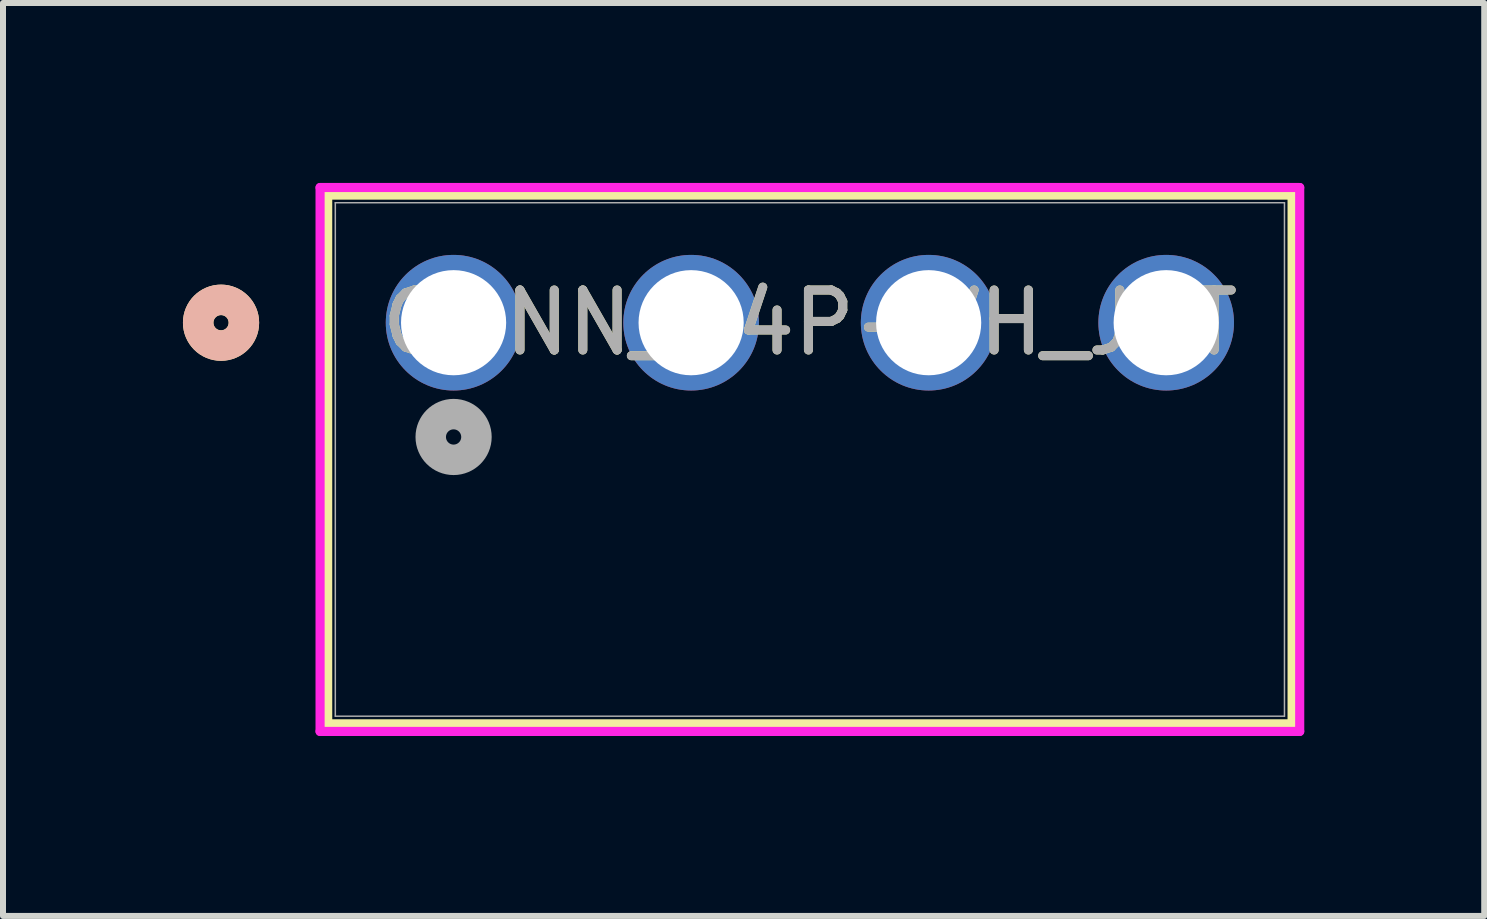
<source format=kicad_pcb>
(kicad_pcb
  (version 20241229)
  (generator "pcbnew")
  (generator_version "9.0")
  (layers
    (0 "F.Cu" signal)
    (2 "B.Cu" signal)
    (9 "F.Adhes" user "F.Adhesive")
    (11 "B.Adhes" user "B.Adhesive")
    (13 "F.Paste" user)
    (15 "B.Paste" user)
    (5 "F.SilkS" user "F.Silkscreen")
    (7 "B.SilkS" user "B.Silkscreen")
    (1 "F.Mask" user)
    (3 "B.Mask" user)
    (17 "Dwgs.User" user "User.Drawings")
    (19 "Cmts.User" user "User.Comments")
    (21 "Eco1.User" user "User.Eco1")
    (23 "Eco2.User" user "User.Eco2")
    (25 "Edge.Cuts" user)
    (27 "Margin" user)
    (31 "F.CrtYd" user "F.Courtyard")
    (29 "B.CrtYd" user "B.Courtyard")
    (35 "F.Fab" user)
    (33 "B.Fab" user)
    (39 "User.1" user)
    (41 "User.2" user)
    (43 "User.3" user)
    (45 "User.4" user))
  (footprint "CONN_B4P-VH_JST"
    (layer "F.Cu")
    (at 4.512 2.33)
    (property "Reference" "CONN_B4P-VH_JST" (at 5.94 0 0) (unlocked yes) (layer "F.SilkS") (effects (font (size 1 1) (thickness 0.15))))
    (attr through_hole)
    (fp_line (start -2.099 -2.127) (end -2.099 6.687) (stroke (width 0.152) (type solid)) (layer "F.SilkS"))
    (fp_line (start -2.099 6.687) (end 13.979 6.687) (stroke (width 0.152) (type solid)) (layer "F.SilkS"))
    (fp_line (start 13.979 -2.127) (end -2.099 -2.127) (stroke (width 0.152) (type solid)) (layer "F.SilkS"))
    (fp_line (start 13.979 6.687) (end 13.979 -2.127) (stroke (width 0.152) (type solid)) (layer "F.SilkS"))
    (fp_circle (center -3.877 0) (end -3.496 0) (stroke (width 0.508) (type solid)) (fill no) (layer "F.SilkS"))
    (fp_circle (center -3.877 0) (end -3.496 0) (stroke (width 0.508) (type solid)) (fill no) (layer "B.SilkS"))
    (fp_line (start -2.226 -2.254) (end -2.226 6.814) (stroke (width 0.152) (type solid)) (layer "F.CrtYd"))
    (fp_line (start -2.226 6.814) (end 14.106 6.814) (stroke (width 0.152) (type solid)) (layer "F.CrtYd"))
    (fp_line (start 14.106 -2.254) (end -2.226 -2.254) (stroke (width 0.152) (type solid)) (layer "F.CrtYd"))
    (fp_line (start 14.106 6.814) (end 14.106 -2.254) (stroke (width 0.152) (type solid)) (layer "F.CrtYd"))
    (fp_line (start -1.972 -2) (end -1.972 6.56) (stroke (width 0.025) (type solid)) (layer "F.Fab"))
    (fp_line (start -1.972 6.56) (end 13.852 6.56) (stroke (width 0.025) (type solid)) (layer "F.Fab"))
    (fp_line (start 13.852 -2) (end -1.972 -2) (stroke (width 0.025) (type solid)) (layer "F.Fab"))
    (fp_line (start 13.852 6.56) (end 13.852 -2) (stroke (width 0.025) (type solid)) (layer "F.Fab"))
    (fp_circle (center 0 1.905) (end 0.381 1.905) (stroke (width 0.508) (type solid)) (fill no) (layer "F.Fab"))
    (fp_text user "${REFERENCE}" (at 5.94 0 0) (unlocked yes) (layer "F.Fab") (effects (font (size 1 1) (thickness 0.15))))
    (pad "1" thru_hole circle (at 0 0) (size 2.261 2.261) (drill 1.753) (layers "*.Cu" "*.Mask"))
    (pad "2" thru_hole circle (at 3.96 0) (size 2.261 2.261) (drill 1.753) (layers "*.Cu" "*.Mask"))
    (pad "3" thru_hole circle (at 7.92 0) (size 2.261 2.261) (drill 1.753) (layers "*.Cu" "*.Mask"))
    (pad "4" thru_hole circle (at 11.88 0) (size 2.261 2.261) (drill 1.753) (layers "*.Cu" "*.Mask")))
  (gr_rect
    (start -3 -3)
    (end 21.694 12.22)
    (stroke (width 0.1) (type default))
    (fill no)
    (layer "Edge.Cuts")))
</source>
